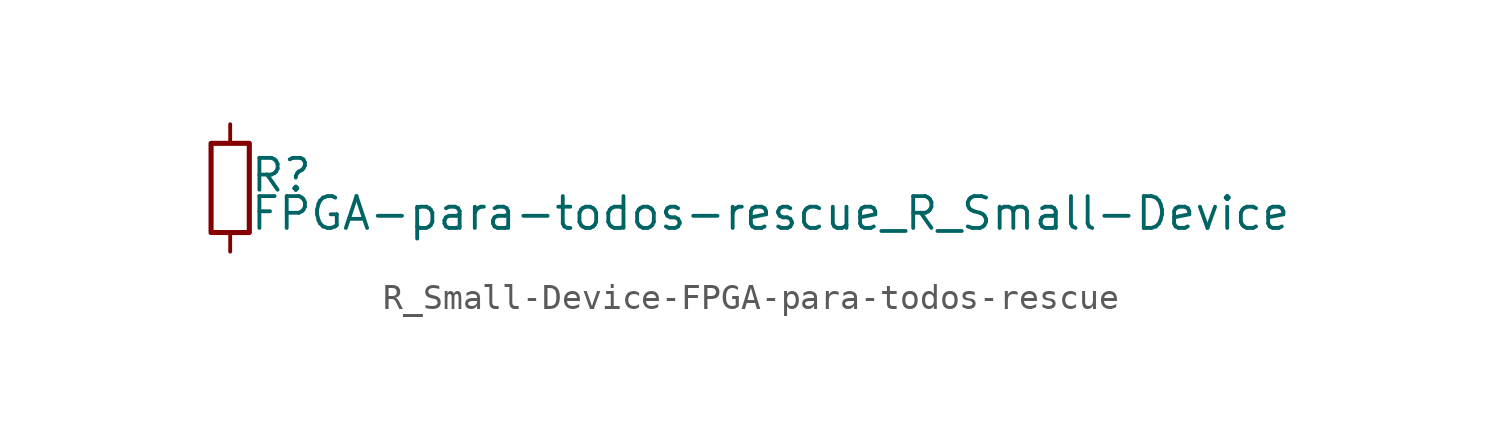
<source format=kicad_sym>
(kicad_symbol_lib
  (version 20231120)
  (generator "kicad_symbol_editor")
  (generator_version "8.0")
  (symbol "R_Small-Device-FPGA-para-todos-rescue"
    (pin_numbers hide)
    (pin_names
      (offset 0.254) hide)
    (property "Reference" "R"
      (at 0.762 0.508 0)
      (effects (font (size 1.27 1.27)) (justify left)))
    (property "Value" "FPGA-para-todos-rescue_R_Small-Device"
      (at 0.762 -1.016 0)
      (effects (font (size 1.27 1.27)) (justify left)))
    (symbol "R_Small-Device-FPGA-para-todos-rescue_0_1"
      (rectangle (start -0.762 1.778) (end 0.762 -1.778) (stroke (width 0.203) (type solid)) (fill (type none))))
    (symbol "R_Small-Device-FPGA-para-todos-rescue_1_1"
      (pin passive line (at 0 2.54 270) (length 0.762) (name "~" (effects (font (size 1.27 1.27)))) (number "1" (effects (font (size 1.27 1.27)))))
      (pin passive line (at 0 -2.54 90) (length 0.762) (name "~" (effects (font (size 1.27 1.27)))) (number "2" (effects (font (size 1.27 1.27))))))))
</source>
